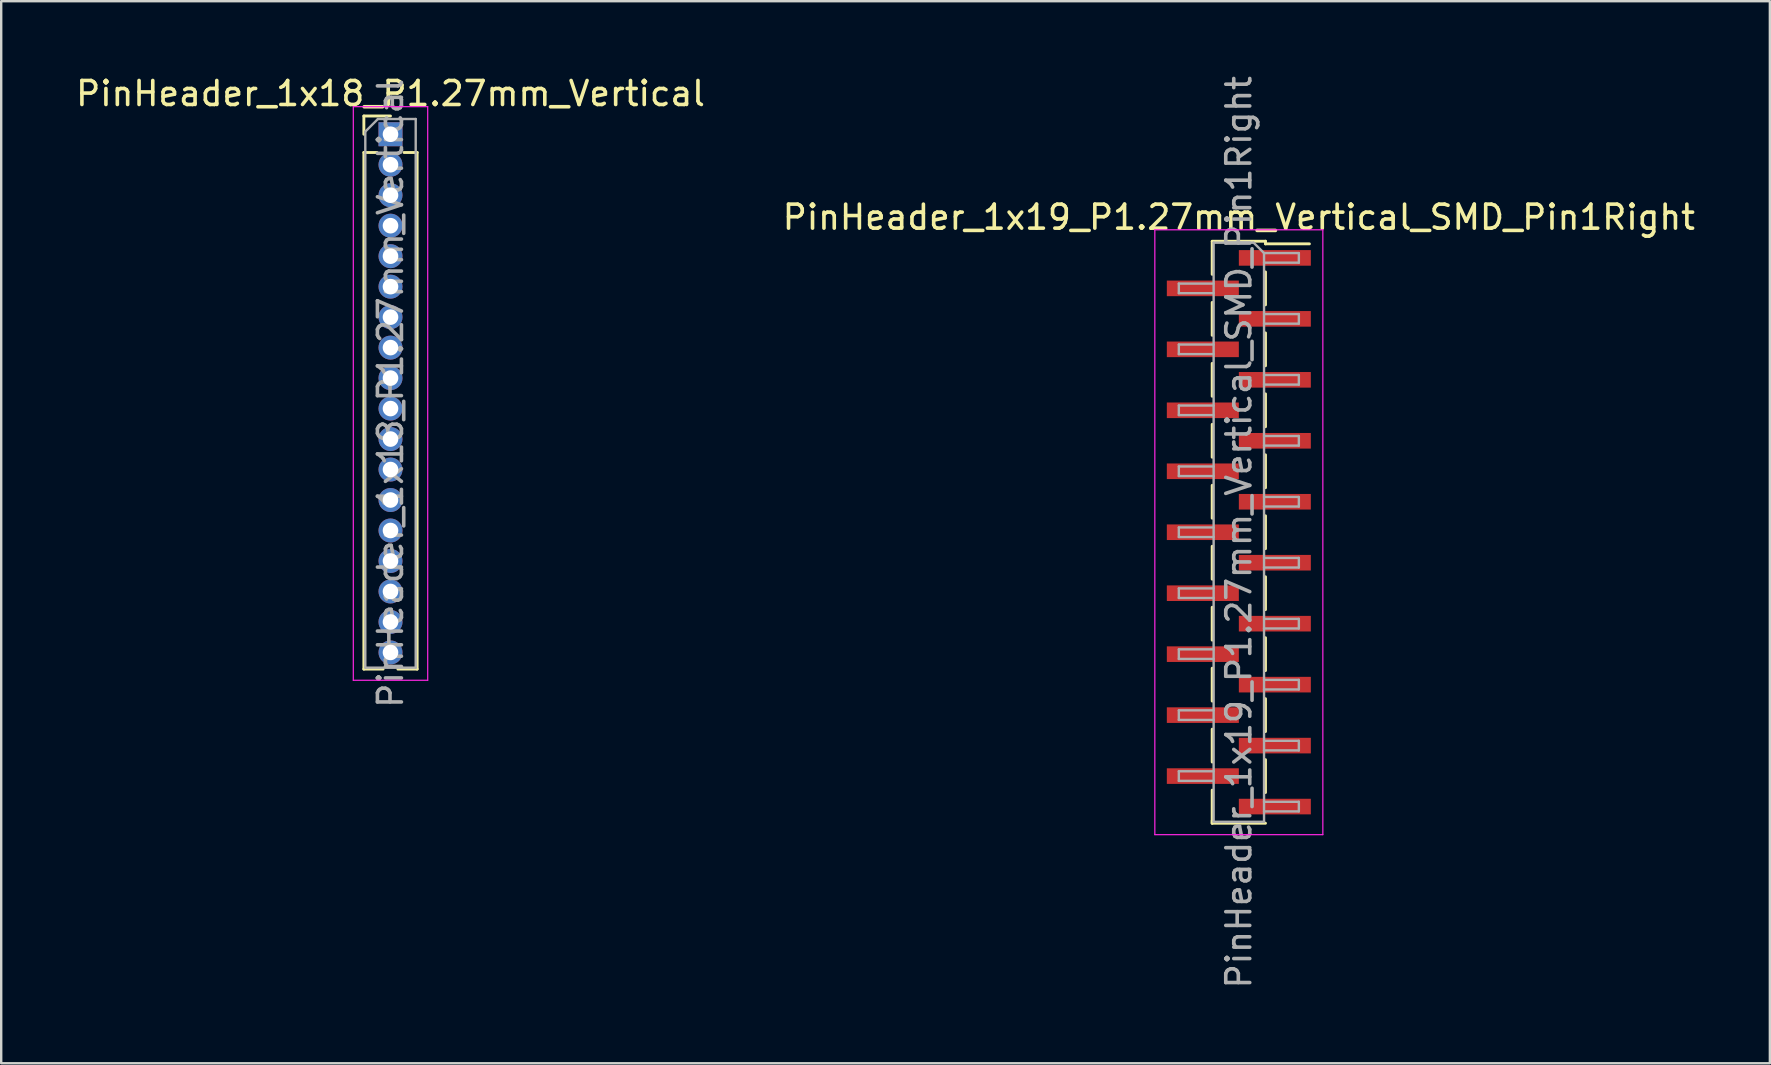
<source format=kicad_pcb>
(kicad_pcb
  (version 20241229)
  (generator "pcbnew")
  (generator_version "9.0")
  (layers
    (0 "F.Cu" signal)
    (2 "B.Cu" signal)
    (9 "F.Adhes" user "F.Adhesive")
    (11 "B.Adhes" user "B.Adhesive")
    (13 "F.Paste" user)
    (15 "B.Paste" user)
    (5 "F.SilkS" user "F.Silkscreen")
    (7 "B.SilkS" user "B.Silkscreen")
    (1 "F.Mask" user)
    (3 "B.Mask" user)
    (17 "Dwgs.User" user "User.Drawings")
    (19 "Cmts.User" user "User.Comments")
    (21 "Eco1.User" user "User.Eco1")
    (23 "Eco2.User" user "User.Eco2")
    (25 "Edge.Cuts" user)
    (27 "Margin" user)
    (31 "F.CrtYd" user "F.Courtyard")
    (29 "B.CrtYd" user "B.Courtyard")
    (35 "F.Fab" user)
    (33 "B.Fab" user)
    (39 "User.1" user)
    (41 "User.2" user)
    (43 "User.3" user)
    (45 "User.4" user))
  (footprint "PinHeader_1x18_P1.27mm_Vertical"
    (layer "F.Cu")
    (at 13.22 2.543)
    (property "Reference" "PinHeader_1x18_P1.27mm_Vertical" (at 0 -1.695 0) (layer "F.SilkS") (effects (font (size 1 1) (thickness 0.15))))
    (attr through_hole)
    (fp_line (start -1.11 -0.76) (end 0 -0.76) (stroke (width 0.12) (type solid)) (layer "F.SilkS"))
    (fp_line (start -1.11 0) (end -1.11 -0.76) (stroke (width 0.12) (type solid)) (layer "F.SilkS"))
    (fp_line (start -1.11 0.76) (end -1.11 22.285) (stroke (width 0.12) (type solid)) (layer "F.SilkS"))
    (fp_line (start -1.11 0.76) (end -0.563 0.76) (stroke (width 0.12) (type solid)) (layer "F.SilkS"))
    (fp_line (start -1.11 22.285) (end -0.308 22.285) (stroke (width 0.12) (type solid)) (layer "F.SilkS"))
    (fp_line (start 0.308 22.285) (end 1.11 22.285) (stroke (width 0.12) (type solid)) (layer "F.SilkS"))
    (fp_line (start 0.563 0.76) (end 1.11 0.76) (stroke (width 0.12) (type solid)) (layer "F.SilkS"))
    (fp_line (start 1.11 0.76) (end 1.11 22.285) (stroke (width 0.12) (type solid)) (layer "F.SilkS"))
    (fp_line (start -1.55 -1.15) (end -1.55 22.75) (stroke (width 0.05) (type solid)) (layer "F.CrtYd"))
    (fp_line (start -1.55 22.75) (end 1.55 22.75) (stroke (width 0.05) (type solid)) (layer "F.CrtYd"))
    (fp_line (start 1.55 -1.15) (end -1.55 -1.15) (stroke (width 0.05) (type solid)) (layer "F.CrtYd"))
    (fp_line (start 1.55 22.75) (end 1.55 -1.15) (stroke (width 0.05) (type solid)) (layer "F.CrtYd"))
    (fp_line (start -1.05 -0.11) (end -0.525 -0.635) (stroke (width 0.1) (type solid)) (layer "F.Fab"))
    (fp_line (start -1.05 22.225) (end -1.05 -0.11) (stroke (width 0.1) (type solid)) (layer "F.Fab"))
    (fp_line (start -0.525 -0.635) (end 1.05 -0.635) (stroke (width 0.1) (type solid)) (layer "F.Fab"))
    (fp_line (start 1.05 -0.635) (end 1.05 22.225) (stroke (width 0.1) (type solid)) (layer "F.Fab"))
    (fp_line (start 1.05 22.225) (end -1.05 22.225) (stroke (width 0.1) (type solid)) (layer "F.Fab"))
    (fp_text user "${REFERENCE}" (at 0 10.795 90) (layer "F.Fab") (effects (font (size 1 1) (thickness 0.15))))
    (pad "1" thru_hole rect (at 0 0) (size 1 1) (drill 0.65) (layers "*.Cu" "*.Mask"))
    (pad "2" thru_hole oval (at 0 1.27) (size 1 1) (drill 0.65) (layers "*.Cu" "*.Mask"))
    (pad "3" thru_hole oval (at 0 2.54) (size 1 1) (drill 0.65) (layers "*.Cu" "*.Mask"))
    (pad "4" thru_hole oval (at 0 3.81) (size 1 1) (drill 0.65) (layers "*.Cu" "*.Mask"))
    (pad "5" thru_hole oval (at 0 5.08) (size 1 1) (drill 0.65) (layers "*.Cu" "*.Mask"))
    (pad "6" thru_hole oval (at 0 6.35) (size 1 1) (drill 0.65) (layers "*.Cu" "*.Mask"))
    (pad "7" thru_hole oval (at 0 7.62) (size 1 1) (drill 0.65) (layers "*.Cu" "*.Mask"))
    (pad "8" thru_hole oval (at 0 8.89) (size 1 1) (drill 0.65) (layers "*.Cu" "*.Mask"))
    (pad "9" thru_hole oval (at 0 10.16) (size 1 1) (drill 0.65) (layers "*.Cu" "*.Mask"))
    (pad "10" thru_hole oval (at 0 11.43) (size 1 1) (drill 0.65) (layers "*.Cu" "*.Mask"))
    (pad "11" thru_hole oval (at 0 12.7) (size 1 1) (drill 0.65) (layers "*.Cu" "*.Mask"))
    (pad "12" thru_hole oval (at 0 13.97) (size 1 1) (drill 0.65) (layers "*.Cu" "*.Mask"))
    (pad "13" thru_hole oval (at 0 15.24) (size 1 1) (drill 0.65) (layers "*.Cu" "*.Mask"))
    (pad "14" thru_hole oval (at 0 16.51) (size 1 1) (drill 0.65) (layers "*.Cu" "*.Mask"))
    (pad "15" thru_hole oval (at 0 17.78) (size 1 1) (drill 0.65) (layers "*.Cu" "*.Mask"))
    (pad "16" thru_hole oval (at 0 19.05) (size 1 1) (drill 0.65) (layers "*.Cu" "*.Mask"))
    (pad "17" thru_hole oval (at 0 20.32) (size 1 1) (drill 0.65) (layers "*.Cu" "*.Mask"))
    (pad "18" thru_hole oval (at 0 21.59) (size 1 1) (drill 0.65) (layers "*.Cu" "*.Mask")))
  (footprint "PinHeader_1x19_P1.27mm_Vertical_SMD_Pin1Right"
    (layer "F.Cu")
    (at 48.565 19.125)
    (property "Reference" "PinHeader_1x19_P1.27mm_Vertical_SMD_Pin1Right" (at 0 -13.125 0) (layer "F.SilkS") (effects (font (size 1 1) (thickness 0.15))))
    (attr smd)
    (fp_line (start -1.11 -12.125) (end 1.11 -12.125) (stroke (width 0.12) (type solid)) (layer "F.SilkS"))
    (fp_line (start -1.11 -12.115) (end -1.11 -10.745) (stroke (width 0.12) (type solid)) (layer "F.SilkS"))
    (fp_line (start -1.11 -9.575) (end -1.11 -8.205) (stroke (width 0.12) (type solid)) (layer "F.SilkS"))
    (fp_line (start -1.11 -7.035) (end -1.11 -5.665) (stroke (width 0.12) (type solid)) (layer "F.SilkS"))
    (fp_line (start -1.11 -4.495) (end -1.11 -3.125) (stroke (width 0.12) (type solid)) (layer "F.SilkS"))
    (fp_line (start -1.11 -1.955) (end -1.11 -0.585) (stroke (width 0.12) (type solid)) (layer "F.SilkS"))
    (fp_line (start -1.11 0.585) (end -1.11 1.955) (stroke (width 0.12) (type solid)) (layer "F.SilkS"))
    (fp_line (start -1.11 3.125) (end -1.11 4.495) (stroke (width 0.12) (type solid)) (layer "F.SilkS"))
    (fp_line (start -1.11 5.665) (end -1.11 7.035) (stroke (width 0.12) (type solid)) (layer "F.SilkS"))
    (fp_line (start -1.11 8.205) (end -1.11 9.575) (stroke (width 0.12) (type solid)) (layer "F.SilkS"))
    (fp_line (start -1.11 10.745) (end -1.11 12.115) (stroke (width 0.12) (type solid)) (layer "F.SilkS"))
    (fp_line (start -1.11 12.015) (end -1.11 12.125) (stroke (width 0.12) (type solid)) (layer "F.SilkS"))
    (fp_line (start -1.11 12.125) (end 1.11 12.125) (stroke (width 0.12) (type solid)) (layer "F.SilkS"))
    (fp_line (start 1.11 -12.125) (end 1.11 -12.015) (stroke (width 0.12) (type solid)) (layer "F.SilkS"))
    (fp_line (start 1.11 -12.015) (end 2.94 -12.015) (stroke (width 0.12) (type solid)) (layer "F.SilkS"))
    (fp_line (start 1.11 -10.845) (end 1.11 -9.475) (stroke (width 0.12) (type solid)) (layer "F.SilkS"))
    (fp_line (start 1.11 -8.305) (end 1.11 -6.935) (stroke (width 0.12) (type solid)) (layer "F.SilkS"))
    (fp_line (start 1.11 -5.765) (end 1.11 -4.395) (stroke (width 0.12) (type solid)) (layer "F.SilkS"))
    (fp_line (start 1.11 -3.225) (end 1.11 -1.855) (stroke (width 0.12) (type solid)) (layer "F.SilkS"))
    (fp_line (start 1.11 -0.685) (end 1.11 0.685) (stroke (width 0.12) (type solid)) (layer "F.SilkS"))
    (fp_line (start 1.11 1.855) (end 1.11 3.225) (stroke (width 0.12) (type solid)) (layer "F.SilkS"))
    (fp_line (start 1.11 4.395) (end 1.11 5.765) (stroke (width 0.12) (type solid)) (layer "F.SilkS"))
    (fp_line (start 1.11 6.935) (end 1.11 8.305) (stroke (width 0.12) (type solid)) (layer "F.SilkS"))
    (fp_line (start 1.11 9.475) (end 1.11 10.845) (stroke (width 0.12) (type solid)) (layer "F.SilkS"))
    (fp_line (start -3.5 -12.6) (end -3.5 12.6) (stroke (width 0.05) (type solid)) (layer "F.CrtYd"))
    (fp_line (start -3.5 12.6) (end 3.5 12.6) (stroke (width 0.05) (type solid)) (layer "F.CrtYd"))
    (fp_line (start 3.5 -12.6) (end -3.5 -12.6) (stroke (width 0.05) (type solid)) (layer "F.CrtYd"))
    (fp_line (start 3.5 12.6) (end 3.5 -12.6) (stroke (width 0.05) (type solid)) (layer "F.CrtYd"))
    (fp_line (start -2.5 -10.36) (end -2.5 -9.96) (stroke (width 0.1) (type solid)) (layer "F.Fab"))
    (fp_line (start -2.5 -9.96) (end -1.05 -9.96) (stroke (width 0.1) (type solid)) (layer "F.Fab"))
    (fp_line (start -2.5 -7.82) (end -2.5 -7.42) (stroke (width 0.1) (type solid)) (layer "F.Fab"))
    (fp_line (start -2.5 -7.42) (end -1.05 -7.42) (stroke (width 0.1) (type solid)) (layer "F.Fab"))
    (fp_line (start -2.5 -5.28) (end -2.5 -4.88) (stroke (width 0.1) (type solid)) (layer "F.Fab"))
    (fp_line (start -2.5 -4.88) (end -1.05 -4.88) (stroke (width 0.1) (type solid)) (layer "F.Fab"))
    (fp_line (start -2.5 -2.74) (end -2.5 -2.34) (stroke (width 0.1) (type solid)) (layer "F.Fab"))
    (fp_line (start -2.5 -2.34) (end -1.05 -2.34) (stroke (width 0.1) (type solid)) (layer "F.Fab"))
    (fp_line (start -2.5 -0.2) (end -2.5 0.2) (stroke (width 0.1) (type solid)) (layer "F.Fab"))
    (fp_line (start -2.5 0.2) (end -1.05 0.2) (stroke (width 0.1) (type solid)) (layer "F.Fab"))
    (fp_line (start -2.5 2.34) (end -2.5 2.74) (stroke (width 0.1) (type solid)) (layer "F.Fab"))
    (fp_line (start -2.5 2.74) (end -1.05 2.74) (stroke (width 0.1) (type solid)) (layer "F.Fab"))
    (fp_line (start -2.5 4.88) (end -2.5 5.28) (stroke (width 0.1) (type solid)) (layer "F.Fab"))
    (fp_line (start -2.5 5.28) (end -1.05 5.28) (stroke (width 0.1) (type solid)) (layer "F.Fab"))
    (fp_line (start -2.5 7.42) (end -2.5 7.82) (stroke (width 0.1) (type solid)) (layer "F.Fab"))
    (fp_line (start -2.5 7.82) (end -1.05 7.82) (stroke (width 0.1) (type solid)) (layer "F.Fab"))
    (fp_line (start -2.5 9.96) (end -2.5 10.36) (stroke (width 0.1) (type solid)) (layer "F.Fab"))
    (fp_line (start -2.5 10.36) (end -1.05 10.36) (stroke (width 0.1) (type solid)) (layer "F.Fab"))
    (fp_line (start -1.05 -12.065) (end -1.05 12.065) (stroke (width 0.1) (type solid)) (layer "F.Fab"))
    (fp_line (start -1.05 -12.065) (end 0.615 -12.065) (stroke (width 0.1) (type solid)) (layer "F.Fab"))
    (fp_line (start -1.05 -10.36) (end -2.5 -10.36) (stroke (width 0.1) (type solid)) (layer "F.Fab"))
    (fp_line (start -1.05 -7.82) (end -2.5 -7.82) (stroke (width 0.1) (type solid)) (layer "F.Fab"))
    (fp_line (start -1.05 -5.28) (end -2.5 -5.28) (stroke (width 0.1) (type solid)) (layer "F.Fab"))
    (fp_line (start -1.05 -2.74) (end -2.5 -2.74) (stroke (width 0.1) (type solid)) (layer "F.Fab"))
    (fp_line (start -1.05 -0.2) (end -2.5 -0.2) (stroke (width 0.1) (type solid)) (layer "F.Fab"))
    (fp_line (start -1.05 2.34) (end -2.5 2.34) (stroke (width 0.1) (type solid)) (layer "F.Fab"))
    (fp_line (start -1.05 4.88) (end -2.5 4.88) (stroke (width 0.1) (type solid)) (layer "F.Fab"))
    (fp_line (start -1.05 7.42) (end -2.5 7.42) (stroke (width 0.1) (type solid)) (layer "F.Fab"))
    (fp_line (start -1.05 9.96) (end -2.5 9.96) (stroke (width 0.1) (type solid)) (layer "F.Fab"))
    (fp_line (start 1.05 -11.63) (end 0.615 -12.065) (stroke (width 0.1) (type solid)) (layer "F.Fab"))
    (fp_line (start 1.05 -11.63) (end 2.5 -11.63) (stroke (width 0.1) (type solid)) (layer "F.Fab"))
    (fp_line (start 1.05 -9.09) (end 2.5 -9.09) (stroke (width 0.1) (type solid)) (layer "F.Fab"))
    (fp_line (start 1.05 -6.55) (end 2.5 -6.55) (stroke (width 0.1) (type solid)) (layer "F.Fab"))
    (fp_line (start 1.05 -4.01) (end 2.5 -4.01) (stroke (width 0.1) (type solid)) (layer "F.Fab"))
    (fp_line (start 1.05 -1.47) (end 2.5 -1.47) (stroke (width 0.1) (type solid)) (layer "F.Fab"))
    (fp_line (start 1.05 1.07) (end 2.5 1.07) (stroke (width 0.1) (type solid)) (layer "F.Fab"))
    (fp_line (start 1.05 3.61) (end 2.5 3.61) (stroke (width 0.1) (type solid)) (layer "F.Fab"))
    (fp_line (start 1.05 6.15) (end 2.5 6.15) (stroke (width 0.1) (type solid)) (layer "F.Fab"))
    (fp_line (start 1.05 8.69) (end 2.5 8.69) (stroke (width 0.1) (type solid)) (layer "F.Fab"))
    (fp_line (start 1.05 11.23) (end 2.5 11.23) (stroke (width 0.1) (type solid)) (layer "F.Fab"))
    (fp_line (start 1.05 12.065) (end -1.05 12.065) (stroke (width 0.1) (type solid)) (layer "F.Fab"))
    (fp_line (start 1.05 12.065) (end 1.05 -11.63) (stroke (width 0.1) (type solid)) (layer "F.Fab"))
    (fp_line (start 2.5 -11.63) (end 2.5 -11.23) (stroke (width 0.1) (type solid)) (layer "F.Fab"))
    (fp_line (start 2.5 -11.23) (end 1.05 -11.23) (stroke (width 0.1) (type solid)) (layer "F.Fab"))
    (fp_line (start 2.5 -9.09) (end 2.5 -8.69) (stroke (width 0.1) (type solid)) (layer "F.Fab"))
    (fp_line (start 2.5 -8.69) (end 1.05 -8.69) (stroke (width 0.1) (type solid)) (layer "F.Fab"))
    (fp_line (start 2.5 -6.55) (end 2.5 -6.15) (stroke (width 0.1) (type solid)) (layer "F.Fab"))
    (fp_line (start 2.5 -6.15) (end 1.05 -6.15) (stroke (width 0.1) (type solid)) (layer "F.Fab"))
    (fp_line (start 2.5 -4.01) (end 2.5 -3.61) (stroke (width 0.1) (type solid)) (layer "F.Fab"))
    (fp_line (start 2.5 -3.61) (end 1.05 -3.61) (stroke (width 0.1) (type solid)) (layer "F.Fab"))
    (fp_line (start 2.5 -1.47) (end 2.5 -1.07) (stroke (width 0.1) (type solid)) (layer "F.Fab"))
    (fp_line (start 2.5 -1.07) (end 1.05 -1.07) (stroke (width 0.1) (type solid)) (layer "F.Fab"))
    (fp_line (start 2.5 1.07) (end 2.5 1.47) (stroke (width 0.1) (type solid)) (layer "F.Fab"))
    (fp_line (start 2.5 1.47) (end 1.05 1.47) (stroke (width 0.1) (type solid)) (layer "F.Fab"))
    (fp_line (start 2.5 3.61) (end 2.5 4.01) (stroke (width 0.1) (type solid)) (layer "F.Fab"))
    (fp_line (start 2.5 4.01) (end 1.05 4.01) (stroke (width 0.1) (type solid)) (layer "F.Fab"))
    (fp_line (start 2.5 6.15) (end 2.5 6.55) (stroke (width 0.1) (type solid)) (layer "F.Fab"))
    (fp_line (start 2.5 6.55) (end 1.05 6.55) (stroke (width 0.1) (type solid)) (layer "F.Fab"))
    (fp_line (start 2.5 8.69) (end 2.5 9.09) (stroke (width 0.1) (type solid)) (layer "F.Fab"))
    (fp_line (start 2.5 9.09) (end 1.05 9.09) (stroke (width 0.1) (type solid)) (layer "F.Fab"))
    (fp_line (start 2.5 11.23) (end 2.5 11.63) (stroke (width 0.1) (type solid)) (layer "F.Fab"))
    (fp_line (start 2.5 11.63) (end 1.05 11.63) (stroke (width 0.1) (type solid)) (layer "F.Fab"))
    (fp_text user "${REFERENCE}" (at 0 0 90) (layer "F.Fab") (effects (font (size 1 1) (thickness 0.15))))
    (pad "1" smd rect (at 1.5 -11.43) (size 3 0.65) (layers "F.Cu" "F.Mask" "F.Paste"))
    (pad "2" smd rect (at -1.5 -10.16) (size 3 0.65) (layers "F.Cu" "F.Mask" "F.Paste"))
    (pad "3" smd rect (at 1.5 -8.89) (size 3 0.65) (layers "F.Cu" "F.Mask" "F.Paste"))
    (pad "4" smd rect (at -1.5 -7.62) (size 3 0.65) (layers "F.Cu" "F.Mask" "F.Paste"))
    (pad "5" smd rect (at 1.5 -6.35) (size 3 0.65) (layers "F.Cu" "F.Mask" "F.Paste"))
    (pad "6" smd rect (at -1.5 -5.08) (size 3 0.65) (layers "F.Cu" "F.Mask" "F.Paste"))
    (pad "7" smd rect (at 1.5 -3.81) (size 3 0.65) (layers "F.Cu" "F.Mask" "F.Paste"))
    (pad "8" smd rect (at -1.5 -2.54) (size 3 0.65) (layers "F.Cu" "F.Mask" "F.Paste"))
    (pad "9" smd rect (at 1.5 -1.27) (size 3 0.65) (layers "F.Cu" "F.Mask" "F.Paste"))
    (pad "10" smd rect (at -1.5 0) (size 3 0.65) (layers "F.Cu" "F.Mask" "F.Paste"))
    (pad "11" smd rect (at 1.5 1.27) (size 3 0.65) (layers "F.Cu" "F.Mask" "F.Paste"))
    (pad "12" smd rect (at -1.5 2.54) (size 3 0.65) (layers "F.Cu" "F.Mask" "F.Paste"))
    (pad "13" smd rect (at 1.5 3.81) (size 3 0.65) (layers "F.Cu" "F.Mask" "F.Paste"))
    (pad "14" smd rect (at -1.5 5.08) (size 3 0.65) (layers "F.Cu" "F.Mask" "F.Paste"))
    (pad "15" smd rect (at 1.5 6.35) (size 3 0.65) (layers "F.Cu" "F.Mask" "F.Paste"))
    (pad "16" smd rect (at -1.5 7.62) (size 3 0.65) (layers "F.Cu" "F.Mask" "F.Paste"))
    (pad "17" smd rect (at 1.5 8.89) (size 3 0.65) (layers "F.Cu" "F.Mask" "F.Paste"))
    (pad "18" smd rect (at -1.5 10.16) (size 3 0.65) (layers "F.Cu" "F.Mask" "F.Paste"))
    (pad "19" smd rect (at 1.5 11.43) (size 3 0.65) (layers "F.Cu" "F.Mask" "F.Paste")))
  (gr_rect
    (start -3 -3)
    (end 70.69 41.25)
    (stroke (width 0.1) (type default))
    (fill no)
    (layer "Edge.Cuts")))
</source>
